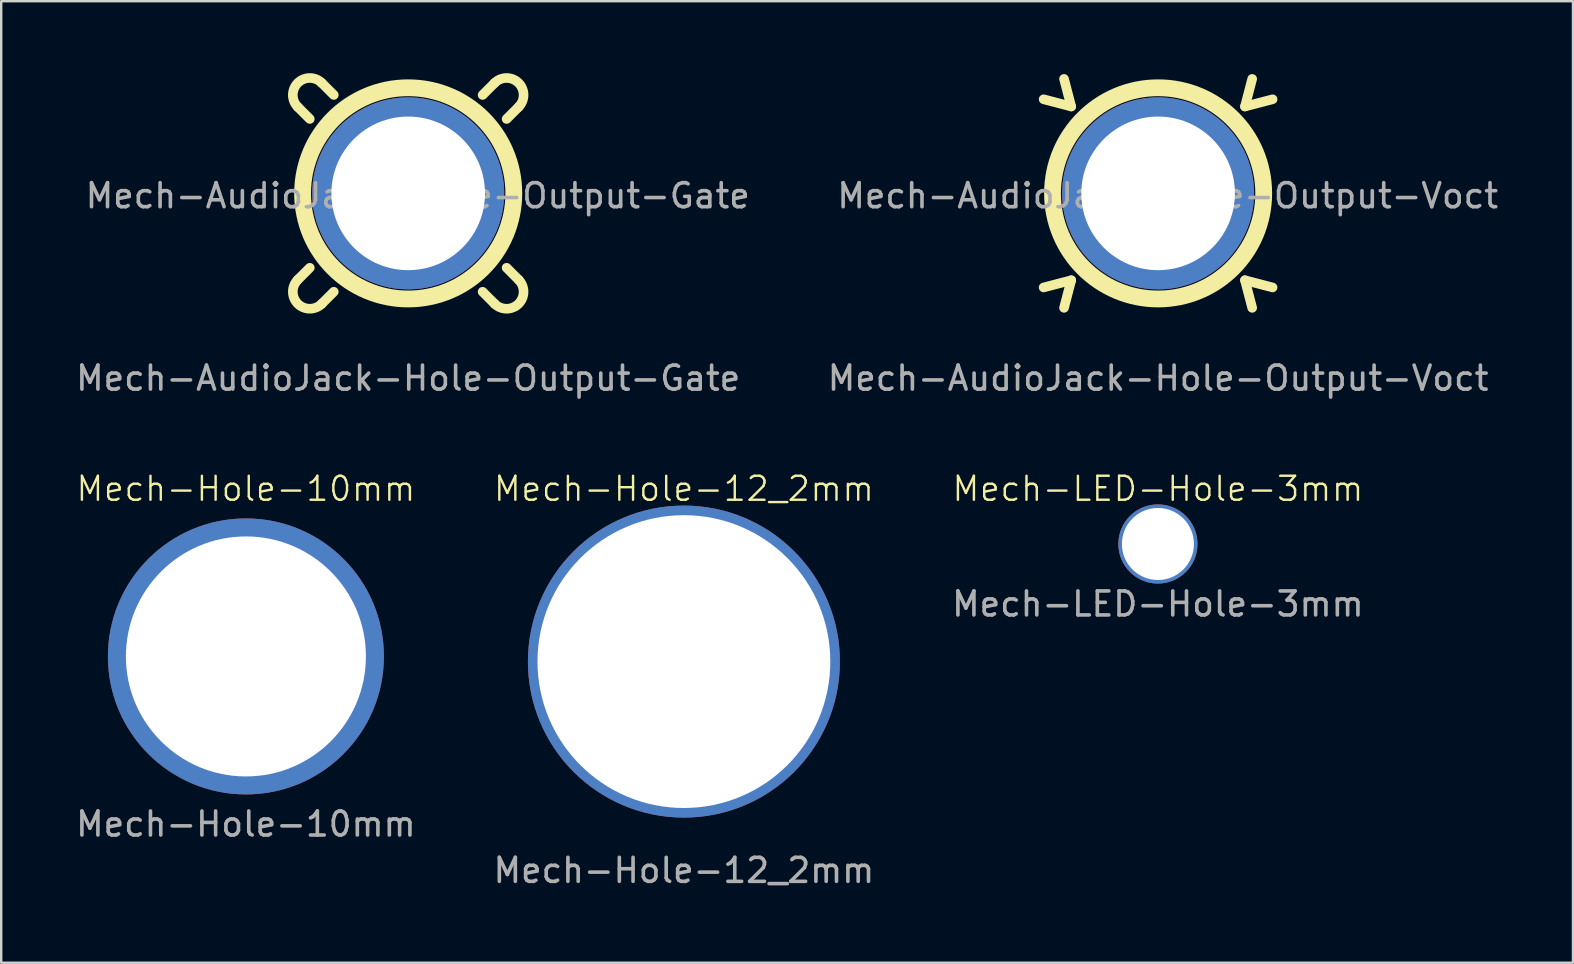
<source format=kicad_pcb>
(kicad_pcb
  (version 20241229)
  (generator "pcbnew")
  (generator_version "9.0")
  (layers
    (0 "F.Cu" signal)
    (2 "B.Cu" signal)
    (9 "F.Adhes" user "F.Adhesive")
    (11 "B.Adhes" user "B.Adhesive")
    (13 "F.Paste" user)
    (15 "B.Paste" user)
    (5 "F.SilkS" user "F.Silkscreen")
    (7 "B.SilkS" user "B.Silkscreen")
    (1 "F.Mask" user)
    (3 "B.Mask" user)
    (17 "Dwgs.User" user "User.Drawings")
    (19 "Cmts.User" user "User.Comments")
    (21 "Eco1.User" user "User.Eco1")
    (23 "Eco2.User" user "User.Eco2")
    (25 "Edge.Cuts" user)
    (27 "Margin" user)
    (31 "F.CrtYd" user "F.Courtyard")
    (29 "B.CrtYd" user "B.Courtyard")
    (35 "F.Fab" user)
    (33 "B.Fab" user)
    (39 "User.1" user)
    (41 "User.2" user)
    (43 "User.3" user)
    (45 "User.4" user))
  (footprint "Mech-Hole-12_2mm"
    (layer "F.Cu")
    (at 25.446 24.516)
    (property "Reference" "Mech-Hole-12_2mm" (at 0 -7.2 0) (unlocked yes) (layer "F.SilkS") (effects (font (size 1 1) (thickness 0.1))))
    (attr through_hole)
    (fp_text user "${REFERENCE}" (at 0 8.7 0) (unlocked yes) (layer "F.Fab") (effects (font (size 1 1) (thickness 0.15))))
    (pad "1" thru_hole circle (at 0 0) (size 13 13) (drill 12.2) (layers "*.Cu" "*.Mask")))
  (footprint "Mech-Hole-10mm"
    (layer "F.Cu")
    (at 7.196 24.301)
    (property "Reference" "Mech-Hole-10mm" (at 0 -6.985 0) (unlocked yes) (layer "F.SilkS") (effects (font (size 1 1) (thickness 0.1))))
    (attr through_hole)
    (fp_text user "${REFERENCE}" (at 0 6.985 0) (unlocked yes) (layer "F.Fab") (effects (font (size 1 1) (thickness 0.15))))
    (pad "1" thru_hole circle (at 0 0) (size 11.5 11.5) (drill 10) (layers "*.Cu" "*.Mask")))
  (footprint "Mech-LED-Hole-3mm"
    (layer "F.Cu")
    (at 45.196 19.616)
    (property "Reference" "Mech-LED-Hole-3mm" (at 0 -2.3 0) (unlocked yes) (layer "F.SilkS") (effects (font (size 1 1) (thickness 0.1))))
    (attr through_hole)
    (fp_text user "${REFERENCE}" (at 0 2.5 0) (unlocked yes) (layer "F.Fab") (effects (font (size 1 1) (thickness 0.15))))
    (pad "1" thru_hole circle (at 0 0) (size 3.3 3.3) (drill 3) (layers "*.Cu" "*.Mask")))
  (footprint "Mech-AudioJack-Hole-Output-Gate"
    (layer "F.Cu")
    (at 13.958 5.007)
    (property "Reference" "Mech-AudioJack-Hole-Output-Gate" (at 0.4 0.1 0) (unlocked yes) (layer "F.Fab") (effects (font (size 1 1) (thickness 0.15))))
    (attr through_hole)
    (fp_line (start -4.1 -3.1) (end -4.6 -3.6) (stroke (width 0.4) (type default)) (layer "F.SilkS"))
    (fp_line (start -4.1 3.1) (end -4.6 3.6) (stroke (width 0.4) (type default)) (layer "F.SilkS"))
    (fp_line (start -3.1 -4.1) (end -3.6 -4.6) (stroke (width 0.4) (type default)) (layer "F.SilkS"))
    (fp_line (start -3.1 4.1) (end -3.6 4.6) (stroke (width 0.4) (type default)) (layer "F.SilkS"))
    (fp_line (start 3.1 -4.1) (end 3.6 -4.6) (stroke (width 0.4) (type default)) (layer "F.SilkS"))
    (fp_line (start 3.1 4.1) (end 3.6 4.6) (stroke (width 0.4) (type default)) (layer "F.SilkS"))
    (fp_line (start 4.1 -3.1) (end 4.6 -3.6) (stroke (width 0.4) (type default)) (layer "F.SilkS"))
    (fp_line (start 4.1 3.1) (end 4.6 3.6) (stroke (width 0.4) (type default)) (layer "F.SilkS"))
    (fp_arc (start -4.599999 -3.600001) (mid -4.599999 -4.599999) (end -3.600001 -4.599999) (stroke (width 0.4) (type default)) (layer "F.SilkS"))
    (fp_arc (start -3.600001 4.599999) (mid -4.599999 4.599999) (end -4.599999 3.600001) (stroke (width 0.4) (type default)) (layer "F.SilkS"))
    (fp_arc (start 3.600001 -4.599999) (mid 4.599999 -4.599999) (end 4.599999 -3.600001) (stroke (width 0.4) (type default)) (layer "F.SilkS"))
    (fp_arc (start 4.599999 3.600001) (mid 4.599999 4.599999) (end 3.600001 4.599999) (stroke (width 0.4) (type default)) (layer "F.SilkS"))
    (fp_circle (center 0 0) (end 4.4 0) (stroke (width 0.7) (type default)) (fill no) (layer "F.SilkS"))
    (fp_line (start -2.92 -2.92) (end -4.9 -4.9) (stroke (width 0.1) (type default)) (layer "User.2"))
    (fp_line (start -2.92 2.92) (end -4.9 4.9) (stroke (width 0.1) (type default)) (layer "User.2"))
    (fp_line (start 2.92 -2.92) (end 4.9 -4.9) (stroke (width 0.1) (type default)) (layer "User.2"))
    (fp_line (start 2.92 2.92) (end 4.9 4.9) (stroke (width 0.1) (type default)) (layer "User.2"))
    (fp_line (start -3.62 -3.62) (end -4.77 -3.92) (stroke (width 0.4) (type default)) (layer "User.3"))
    (fp_line (start -3.62 -3.62) (end -3.92 -4.77) (stroke (width 0.4) (type default)) (layer "User.3"))
    (fp_line (start -3.62 3.62) (end -4.77 3.92) (stroke (width 0.4) (type default)) (layer "User.3"))
    (fp_line (start -3.62 3.62) (end -3.92 4.77) (stroke (width 0.4) (type default)) (layer "User.3"))
    (fp_line (start 3.62 -3.62) (end 3.92 -4.77) (stroke (width 0.4) (type default)) (layer "User.3"))
    (fp_line (start 3.62 -3.62) (end 4.77 -3.92) (stroke (width 0.4) (type default)) (layer "User.3"))
    (fp_line (start 3.62 3.62) (end 3.92 4.77) (stroke (width 0.4) (type default)) (layer "User.3"))
    (fp_line (start 3.62 3.62) (end 4.77 3.92) (stroke (width 0.4) (type default)) (layer "User.3"))
    (fp_arc (start -4.74 -3.2) (mid -4.04 -4.04) (end -3.2 -4.74) (stroke (width 0.5) (type default)) (layer "User.4"))
    (fp_arc (start -3.2 4.74) (mid -4.04 4.04) (end -4.74 3.2) (stroke (width 0.5) (type default)) (layer "User.4"))
    (fp_arc (start 3.2 -4.74) (mid 4.04 -4.04) (end 4.74 -3.2) (stroke (width 0.5) (type default)) (layer "User.4"))
    (fp_arc (start 4.74 3.2) (mid 4.04 4.04) (end 3.2 4.74) (stroke (width 0.5) (type default)) (layer "User.4"))
    (fp_circle (center -4.03 -4.03) (end -4.31 -4.03) (stroke (width 0.56) (type default)) (fill no) (layer "User.6"))
    (fp_circle (center -4.03 4.03) (end -4.31 4.03) (stroke (width 0.56) (type default)) (fill no) (layer "User.6"))
    (fp_circle (center 4.03 -4.03) (end 4.31 -4.03) (stroke (width 0.56) (type default)) (fill no) (layer "User.6"))
    (fp_circle (center 4.03 4.03) (end 4.31 4.03) (stroke (width 0.56) (type default)) (fill no) (layer "User.6"))
    (fp_text user "${REFERENCE}" (at 0 7.7 0) (unlocked yes) (layer "F.Fab") (effects (font (size 1 1) (thickness 0.15))))
    (pad "1" thru_hole circle (at 0 0 90) (size 8 8) (drill 6.4) (layers "*.Cu" "*.Mask")))
  (footprint "Mech-AudioJack-Hole-Output-Voct"
    (layer "F.Cu")
    (at 45.204 5.007)
    (property "Reference" "Mech-AudioJack-Hole-Output-Voct" (at 0.4 0.1 0) (unlocked yes) (layer "F.Fab") (effects (font (size 1 1) (thickness 0.15))))
    (attr through_hole)
    (fp_line (start -3.62 -3.62) (end -4.77 -3.92) (stroke (width 0.4) (type default)) (layer "F.SilkS"))
    (fp_line (start -3.62 -3.62) (end -3.92 -4.77) (stroke (width 0.4) (type default)) (layer "F.SilkS"))
    (fp_line (start -3.62 3.62) (end -4.77 3.92) (stroke (width 0.4) (type default)) (layer "F.SilkS"))
    (fp_line (start -3.62 3.62) (end -3.92 4.77) (stroke (width 0.4) (type default)) (layer "F.SilkS"))
    (fp_line (start 3.62 -3.62) (end 3.92 -4.77) (stroke (width 0.4) (type default)) (layer "F.SilkS"))
    (fp_line (start 3.62 -3.62) (end 4.77 -3.92) (stroke (width 0.4) (type default)) (layer "F.SilkS"))
    (fp_line (start 3.62 3.62) (end 3.92 4.77) (stroke (width 0.4) (type default)) (layer "F.SilkS"))
    (fp_line (start 3.62 3.62) (end 4.77 3.92) (stroke (width 0.4) (type default)) (layer "F.SilkS"))
    (fp_circle (center 0 0) (end 4.4 0) (stroke (width 0.7) (type default)) (fill no) (layer "F.SilkS"))
    (fp_line (start -2.92 -2.92) (end -4.9 -4.9) (stroke (width 0.1) (type default)) (layer "User.2"))
    (fp_line (start -2.92 2.92) (end -4.9 4.9) (stroke (width 0.1) (type default)) (layer "User.2"))
    (fp_line (start 2.92 -2.92) (end 4.9 -4.9) (stroke (width 0.1) (type default)) (layer "User.2"))
    (fp_line (start 2.92 2.92) (end 4.9 4.9) (stroke (width 0.1) (type default)) (layer "User.2"))
    (fp_arc (start -4.74 -3.2) (mid -4.04 -4.04) (end -3.2 -4.74) (stroke (width 0.5) (type default)) (layer "User.4"))
    (fp_arc (start -3.2 4.74) (mid -4.04 4.04) (end -4.74 3.2) (stroke (width 0.5) (type default)) (layer "User.4"))
    (fp_arc (start 3.2 -4.74) (mid 4.04 -4.04) (end 4.74 -3.2) (stroke (width 0.5) (type default)) (layer "User.4"))
    (fp_arc (start 4.74 3.2) (mid 4.04 4.04) (end 3.2 4.74) (stroke (width 0.5) (type default)) (layer "User.4"))
    (fp_line (start -4.1 -3.1) (end -4.6 -3.6) (stroke (width 0.4) (type default)) (layer "User.5"))
    (fp_line (start -4.1 3.1) (end -4.6 3.6) (stroke (width 0.4) (type default)) (layer "User.5"))
    (fp_line (start -3.1 -4.1) (end -3.6 -4.6) (stroke (width 0.4) (type default)) (layer "User.5"))
    (fp_line (start -3.1 4.1) (end -3.6 4.6) (stroke (width 0.4) (type default)) (layer "User.5"))
    (fp_line (start 3.1 -4.1) (end 3.6 -4.6) (stroke (width 0.4) (type default)) (layer "User.5"))
    (fp_line (start 3.1 4.1) (end 3.6 4.6) (stroke (width 0.4) (type default)) (layer "User.5"))
    (fp_line (start 4.1 -3.1) (end 4.6 -3.6) (stroke (width 0.4) (type default)) (layer "User.5"))
    (fp_line (start 4.1 3.1) (end 4.6 3.6) (stroke (width 0.4) (type default)) (layer "User.5"))
    (fp_arc (start -4.599999 -3.600001) (mid -4.599999 -4.599999) (end -3.600001 -4.599999) (stroke (width 0.4) (type default)) (layer "User.5"))
    (fp_arc (start -3.600001 4.599999) (mid -4.599999 4.599999) (end -4.599999 3.600001) (stroke (width 0.4) (type default)) (layer "User.5"))
    (fp_arc (start 3.600001 -4.599999) (mid 4.599999 -4.599999) (end 4.599999 -3.600001) (stroke (width 0.4) (type default)) (layer "User.5"))
    (fp_arc (start 4.599999 3.600001) (mid 4.599999 4.599999) (end 3.600001 4.599999) (stroke (width 0.4) (type default)) (layer "User.5"))
    (fp_circle (center -4.03 -4.03) (end -4.31 -4.03) (stroke (width 0.56) (type default)) (fill no) (layer "User.6"))
    (fp_circle (center -4.03 4.03) (end -4.31 4.03) (stroke (width 0.56) (type default)) (fill no) (layer "User.6"))
    (fp_circle (center 4.03 -4.03) (end 4.31 -4.03) (stroke (width 0.56) (type default)) (fill no) (layer "User.6"))
    (fp_circle (center 4.03 4.03) (end 4.31 4.03) (stroke (width 0.56) (type default)) (fill no) (layer "User.6"))
    (fp_text user "${REFERENCE}" (at 0 7.7 0) (unlocked yes) (layer "F.Fab") (effects (font (size 1 1) (thickness 0.15))))
    (pad "1" thru_hole circle (at 0 0 90) (size 8 8) (drill 6.4) (layers "*.Cu" "*.Mask")))
  (gr_rect
    (start -3 -3)
    (end 62.49 37.064)
    (stroke (width 0.1) (type default))
    (fill no)
    (layer "Edge.Cuts")))
</source>
